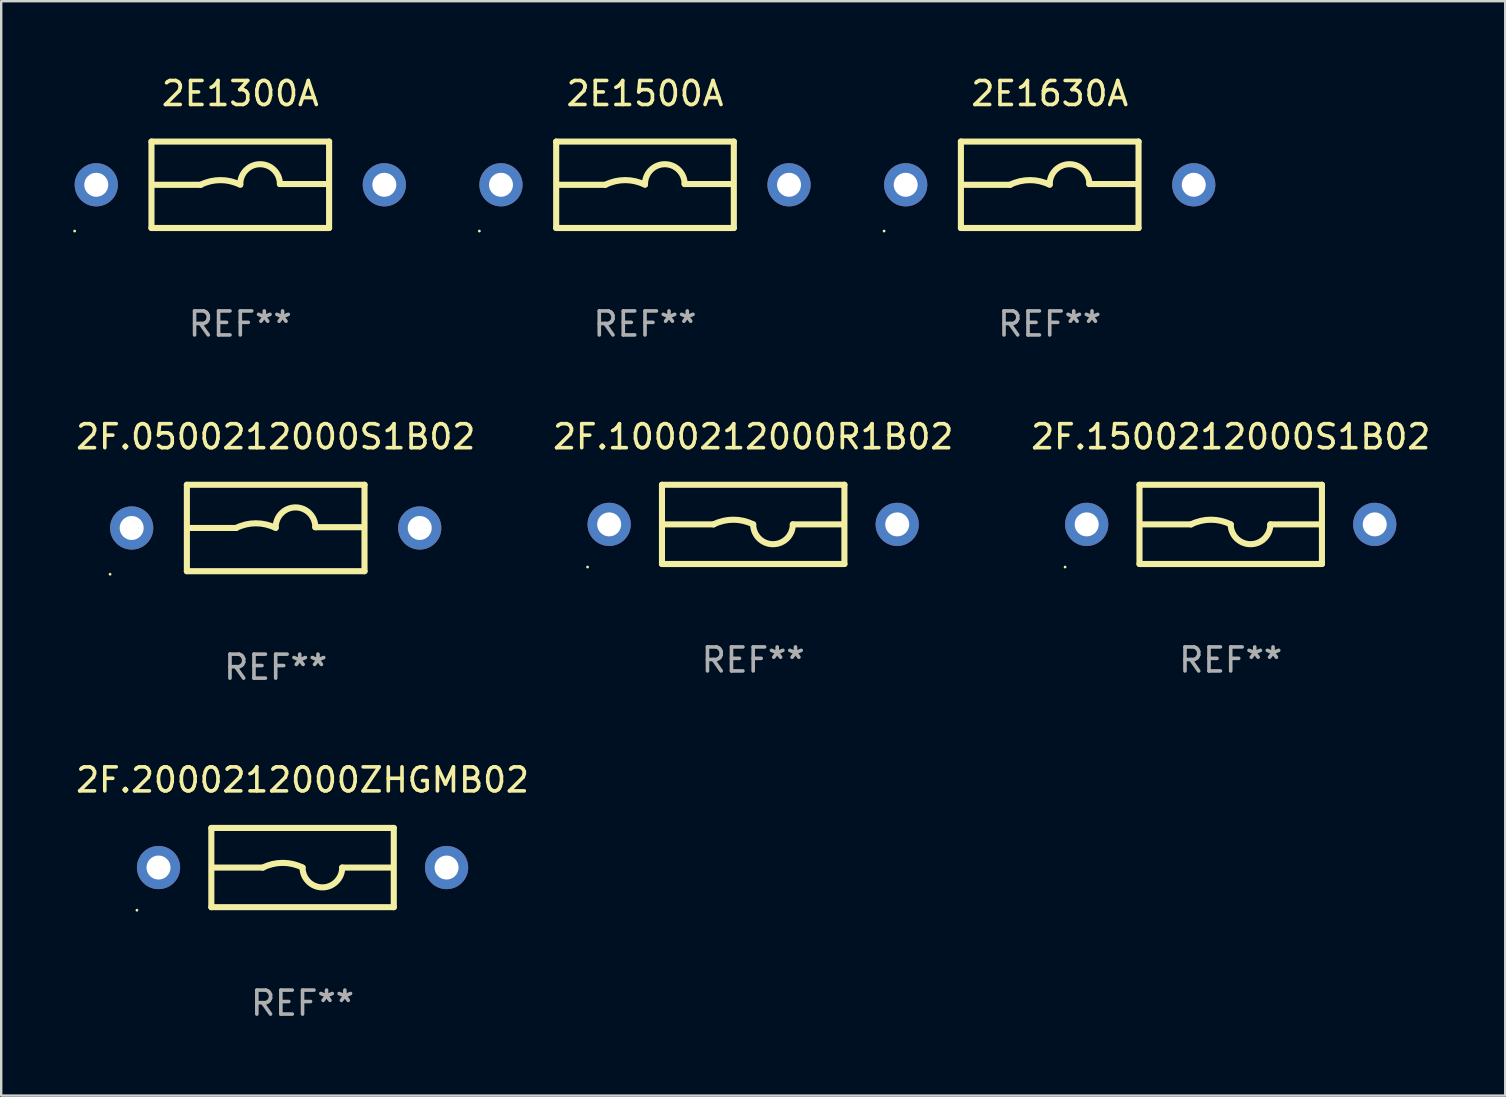
<source format=kicad_pcb>
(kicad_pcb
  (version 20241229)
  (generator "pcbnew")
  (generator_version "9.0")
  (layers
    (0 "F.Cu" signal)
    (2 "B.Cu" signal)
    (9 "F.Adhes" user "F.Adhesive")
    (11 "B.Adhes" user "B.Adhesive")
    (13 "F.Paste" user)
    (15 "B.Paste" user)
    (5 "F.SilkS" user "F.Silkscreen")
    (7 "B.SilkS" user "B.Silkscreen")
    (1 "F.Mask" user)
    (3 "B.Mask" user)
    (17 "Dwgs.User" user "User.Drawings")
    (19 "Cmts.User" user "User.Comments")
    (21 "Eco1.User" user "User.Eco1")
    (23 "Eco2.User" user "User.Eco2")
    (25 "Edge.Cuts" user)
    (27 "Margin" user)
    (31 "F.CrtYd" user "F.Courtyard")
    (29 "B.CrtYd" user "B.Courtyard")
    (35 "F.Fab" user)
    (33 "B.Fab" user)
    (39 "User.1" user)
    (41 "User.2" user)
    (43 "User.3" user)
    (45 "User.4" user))
  (footprint "2E1630A"
    (layer "F.Cu")
    (at 40.68 4.648)
    (property "Reference" "2E1630A" (at 0 -3.8 0) (layer "F.SilkS") (effects (font (size 1 1) (thickness 0.15))))
    (attr through_hole)
    (fp_line (start -3.7 -1.8) (end -3.7 1.8) (stroke (width 0.254) (type solid)) (layer "F.SilkS"))
    (fp_line (start -3.7 -1.8) (end 3.7 -1.8) (stroke (width 0.254) (type solid)) (layer "F.SilkS"))
    (fp_line (start -3.7 1.8) (end 3.7 1.8) (stroke (width 0.254) (type solid)) (layer "F.SilkS"))
    (fp_line (start -3.556 0) (end -1.651 0) (stroke (width 0.254) (type solid)) (layer "F.SilkS"))
    (fp_line (start 3.556 -0.032) (end 1.651 -0.032) (stroke (width 0.254) (type solid)) (layer "F.SilkS"))
    (fp_line (start 3.7 -1.8) (end 3.7 1.8) (stroke (width 0.254) (type solid)) (layer "F.SilkS"))
    (fp_arc (start -1.651003 0) (mid -0.825502 -0.194874) (end 0 0) (stroke (width 0.254001) (type solid)) (layer "F.SilkS"))
    (fp_arc (start 0.000025 -0.031699) (mid 0.825527 -0.857201) (end 1.651029 -0.031699) (stroke (width 0.254001) (type solid)) (layer "F.SilkS"))
    (fp_circle (center -6.9 1.927) (end -6.87 1.927) (stroke (width 0.06) (type solid)) (fill no) (layer "F.SilkS"))
    (fp_text user "REF**" (at 0 5.8 0) (layer "F.Fab") (effects (font (size 1 1) (thickness 0.15))))
    (pad "1" thru_hole circle (at -6 0) (size 1.8 1.8) (drill 1) (layers "*.Cu" "*.Mask"))
    (pad "2" thru_hole circle (at 6 0) (size 1.8 1.8) (drill 1) (layers "*.Cu" "*.Mask")))
  (footprint "2F.1500212000S1B02"
    (layer "F.Cu")
    (at 48.22 18.795)
    (property "Reference" "2F.1500212000S1B02" (at 0 -3.65 0) (layer "F.SilkS") (effects (font (size 1 1) (thickness 0.15))))
    (attr through_hole)
    (fp_line (start -3.8 -1.65) (end 3.8 -1.65) (stroke (width 0.254) (type solid)) (layer "F.SilkS"))
    (fp_line (start -3.8 1.65) (end -3.8 -1.65) (stroke (width 0.254) (type solid)) (layer "F.SilkS"))
    (fp_line (start -3.8 1.65) (end 3.8 1.65) (stroke (width 0.254) (type solid)) (layer "F.SilkS"))
    (fp_line (start -3.683 0) (end -1.651 0) (stroke (width 0.254) (type solid)) (layer "F.SilkS"))
    (fp_line (start 3.683 0) (end 1.651 0) (stroke (width 0.254) (type solid)) (layer "F.SilkS"))
    (fp_line (start 3.8 -1.65) (end 3.8 1.65) (stroke (width 0.254) (type solid)) (layer "F.SilkS"))
    (fp_arc (start -1.651003 0) (mid -0.825502 -0.194874) (end 0 0) (stroke (width 0.254001) (type solid)) (layer "F.SilkS"))
    (fp_arc (start 1.651003 0) (mid 0.825502 0.825501) (end 0.000001 0) (stroke (width 0.254001) (type solid)) (layer "F.SilkS"))
    (fp_circle (center -6.9 1.777) (end -6.87 1.777) (stroke (width 0.06) (type solid)) (fill no) (layer "F.SilkS"))
    (fp_text user "REF**" (at 0 5.65 0) (layer "F.Fab") (effects (font (size 1 1) (thickness 0.15))))
    (pad "1" thru_hole circle (at -6 0) (size 1.8 1.8) (drill 1) (layers "*.Cu" "*.Mask"))
    (pad "2" thru_hole circle (at 6 0) (size 1.8 1.8) (drill 1) (layers "*.Cu" "*.Mask")))
  (footprint "2F.0500212000S1B02"
    (layer "F.Cu")
    (at 8.435 18.945)
    (property "Reference" "2F.0500212000S1B02" (at 0 -3.8 0) (layer "F.SilkS") (effects (font (size 1 1) (thickness 0.15))))
    (attr through_hole)
    (fp_line (start -3.7 -1.8) (end -3.7 1.8) (stroke (width 0.254) (type solid)) (layer "F.SilkS"))
    (fp_line (start -3.7 -1.8) (end 3.7 -1.8) (stroke (width 0.254) (type solid)) (layer "F.SilkS"))
    (fp_line (start -3.7 1.8) (end 3.7 1.8) (stroke (width 0.254) (type solid)) (layer "F.SilkS"))
    (fp_line (start -3.556 0) (end -1.651 0) (stroke (width 0.254) (type solid)) (layer "F.SilkS"))
    (fp_line (start 3.556 -0.032) (end 1.651 -0.032) (stroke (width 0.254) (type solid)) (layer "F.SilkS"))
    (fp_line (start 3.7 -1.8) (end 3.7 1.8) (stroke (width 0.254) (type solid)) (layer "F.SilkS"))
    (fp_arc (start -1.651003 0) (mid -0.825502 -0.194874) (end 0 0) (stroke (width 0.254001) (type solid)) (layer "F.SilkS"))
    (fp_arc (start 0.000025 -0.031699) (mid 0.825527 -0.857201) (end 1.651029 -0.031699) (stroke (width 0.254001) (type solid)) (layer "F.SilkS"))
    (fp_circle (center -6.9 1.927) (end -6.87 1.927) (stroke (width 0.06) (type solid)) (fill no) (layer "F.SilkS"))
    (fp_text user "REF**" (at 0 5.8 0) (layer "F.Fab") (effects (font (size 1 1) (thickness 0.15))))
    (pad "1" thru_hole circle (at -6 0) (size 1.8 1.8) (drill 1) (layers "*.Cu" "*.Mask"))
    (pad "2" thru_hole circle (at 6 0) (size 1.8 1.8) (drill 1) (layers "*.Cu" "*.Mask")))
  (footprint "2E1500A"
    (layer "F.Cu")
    (at 23.82 4.648)
    (property "Reference" "2E1500A" (at 0 -3.8 0) (layer "F.SilkS") (effects (font (size 1 1) (thickness 0.15))))
    (attr through_hole)
    (fp_line (start -3.7 -1.8) (end -3.7 1.8) (stroke (width 0.254) (type solid)) (layer "F.SilkS"))
    (fp_line (start -3.7 -1.8) (end 3.7 -1.8) (stroke (width 0.254) (type solid)) (layer "F.SilkS"))
    (fp_line (start -3.7 1.8) (end 3.7 1.8) (stroke (width 0.254) (type solid)) (layer "F.SilkS"))
    (fp_line (start -3.556 0) (end -1.651 0) (stroke (width 0.254) (type solid)) (layer "F.SilkS"))
    (fp_line (start 3.556 -0.032) (end 1.651 -0.032) (stroke (width 0.254) (type solid)) (layer "F.SilkS"))
    (fp_line (start 3.7 -1.8) (end 3.7 1.8) (stroke (width 0.254) (type solid)) (layer "F.SilkS"))
    (fp_arc (start -1.651003 0) (mid -0.825502 -0.194874) (end 0 0) (stroke (width 0.254001) (type solid)) (layer "F.SilkS"))
    (fp_arc (start 0.000025 -0.031699) (mid 0.825527 -0.857201) (end 1.651029 -0.031699) (stroke (width 0.254001) (type solid)) (layer "F.SilkS"))
    (fp_circle (center -6.9 1.927) (end -6.87 1.927) (stroke (width 0.06) (type solid)) (fill no) (layer "F.SilkS"))
    (fp_text user "REF**" (at 0 5.8 0) (layer "F.Fab") (effects (font (size 1 1) (thickness 0.15))))
    (pad "1" thru_hole circle (at -6 0) (size 1.8 1.8) (drill 1) (layers "*.Cu" "*.Mask"))
    (pad "2" thru_hole circle (at 6 0) (size 1.8 1.8) (drill 1) (layers "*.Cu" "*.Mask")))
  (footprint "2F.2000212000ZHGMB02"
    (layer "F.Cu")
    (at 9.554 33.091)
    (property "Reference" "2F.2000212000ZHGMB02" (at 0 -3.65 0) (layer "F.SilkS") (effects (font (size 1 1) (thickness 0.15))))
    (attr through_hole)
    (fp_line (start -3.8 -1.65) (end 3.8 -1.65) (stroke (width 0.254) (type solid)) (layer "F.SilkS"))
    (fp_line (start -3.8 1.65) (end -3.8 -1.65) (stroke (width 0.254) (type solid)) (layer "F.SilkS"))
    (fp_line (start -3.8 1.65) (end 3.8 1.65) (stroke (width 0.254) (type solid)) (layer "F.SilkS"))
    (fp_line (start -3.683 0) (end -1.651 0) (stroke (width 0.254) (type solid)) (layer "F.SilkS"))
    (fp_line (start 3.683 0) (end 1.651 0) (stroke (width 0.254) (type solid)) (layer "F.SilkS"))
    (fp_line (start 3.8 -1.65) (end 3.8 1.65) (stroke (width 0.254) (type solid)) (layer "F.SilkS"))
    (fp_arc (start -1.651003 0) (mid -0.825502 -0.194874) (end 0 0) (stroke (width 0.254001) (type solid)) (layer "F.SilkS"))
    (fp_arc (start 1.651003 0) (mid 0.825502 0.825501) (end 0.000001 0) (stroke (width 0.254001) (type solid)) (layer "F.SilkS"))
    (fp_circle (center -6.9 1.777) (end -6.87 1.777) (stroke (width 0.06) (type solid)) (fill no) (layer "F.SilkS"))
    (fp_text user "REF**" (at 0 5.65 0) (layer "F.Fab") (effects (font (size 1 1) (thickness 0.15))))
    (pad "1" thru_hole circle (at -6 0) (size 1.8 1.8) (drill 1) (layers "*.Cu" "*.Mask"))
    (pad "2" thru_hole circle (at 6 0) (size 1.8 1.8) (drill 1) (layers "*.Cu" "*.Mask")))
  (footprint "2E1300A"
    (layer "F.Cu")
    (at 6.96 4.648)
    (property "Reference" "2E1300A" (at 0 -3.8 0) (layer "F.SilkS") (effects (font (size 1 1) (thickness 0.15))))
    (attr through_hole)
    (fp_line (start -3.7 -1.8) (end -3.7 1.8) (stroke (width 0.254) (type solid)) (layer "F.SilkS"))
    (fp_line (start -3.7 -1.8) (end 3.7 -1.8) (stroke (width 0.254) (type solid)) (layer "F.SilkS"))
    (fp_line (start -3.7 1.8) (end 3.7 1.8) (stroke (width 0.254) (type solid)) (layer "F.SilkS"))
    (fp_line (start -3.556 0) (end -1.651 0) (stroke (width 0.254) (type solid)) (layer "F.SilkS"))
    (fp_line (start 3.556 -0.032) (end 1.651 -0.032) (stroke (width 0.254) (type solid)) (layer "F.SilkS"))
    (fp_line (start 3.7 -1.8) (end 3.7 1.8) (stroke (width 0.254) (type solid)) (layer "F.SilkS"))
    (fp_arc (start -1.651003 0) (mid -0.825502 -0.194874) (end 0 0) (stroke (width 0.254001) (type solid)) (layer "F.SilkS"))
    (fp_arc (start 0.000025 -0.031699) (mid 0.825527 -0.857201) (end 1.651029 -0.031699) (stroke (width 0.254001) (type solid)) (layer "F.SilkS"))
    (fp_circle (center -6.9 1.927) (end -6.87 1.927) (stroke (width 0.06) (type solid)) (fill no) (layer "F.SilkS"))
    (fp_text user "REF**" (at 0 5.8 0) (layer "F.Fab") (effects (font (size 1 1) (thickness 0.15))))
    (pad "1" thru_hole circle (at -6 0) (size 1.8 1.8) (drill 1) (layers "*.Cu" "*.Mask"))
    (pad "2" thru_hole circle (at 6 0) (size 1.8 1.8) (drill 1) (layers "*.Cu" "*.Mask")))
  (footprint "2F.1000212000R1B02"
    (layer "F.Cu")
    (at 28.327 18.795)
    (property "Reference" "2F.1000212000R1B02" (at 0 -3.65 0) (layer "F.SilkS") (effects (font (size 1 1) (thickness 0.15))))
    (attr through_hole)
    (fp_line (start -3.8 -1.65) (end 3.8 -1.65) (stroke (width 0.254) (type solid)) (layer "F.SilkS"))
    (fp_line (start -3.8 1.65) (end -3.8 -1.65) (stroke (width 0.254) (type solid)) (layer "F.SilkS"))
    (fp_line (start -3.8 1.65) (end 3.8 1.65) (stroke (width 0.254) (type solid)) (layer "F.SilkS"))
    (fp_line (start -3.683 0) (end -1.651 0) (stroke (width 0.254) (type solid)) (layer "F.SilkS"))
    (fp_line (start 3.683 0) (end 1.651 0) (stroke (width 0.254) (type solid)) (layer "F.SilkS"))
    (fp_line (start 3.8 -1.65) (end 3.8 1.65) (stroke (width 0.254) (type solid)) (layer "F.SilkS"))
    (fp_arc (start -1.651003 0) (mid -0.825502 -0.194874) (end 0 0) (stroke (width 0.254001) (type solid)) (layer "F.SilkS"))
    (fp_arc (start 1.651003 0) (mid 0.825502 0.825501) (end 0.000001 0) (stroke (width 0.254001) (type solid)) (layer "F.SilkS"))
    (fp_circle (center -6.9 1.777) (end -6.87 1.777) (stroke (width 0.06) (type solid)) (fill no) (layer "F.SilkS"))
    (fp_text user "REF**" (at 0 5.65 0) (layer "F.Fab") (effects (font (size 1 1) (thickness 0.15))))
    (pad "1" thru_hole circle (at -6 0) (size 1.8 1.8) (drill 1) (layers "*.Cu" "*.Mask"))
    (pad "2" thru_hole circle (at 6 0) (size 1.8 1.8) (drill 1) (layers "*.Cu" "*.Mask")))
  (gr_rect
    (start -3 -3)
    (end 59.655 42.59)
    (stroke (width 0.1) (type default))
    (fill no)
    (layer "Edge.Cuts")))
</source>
